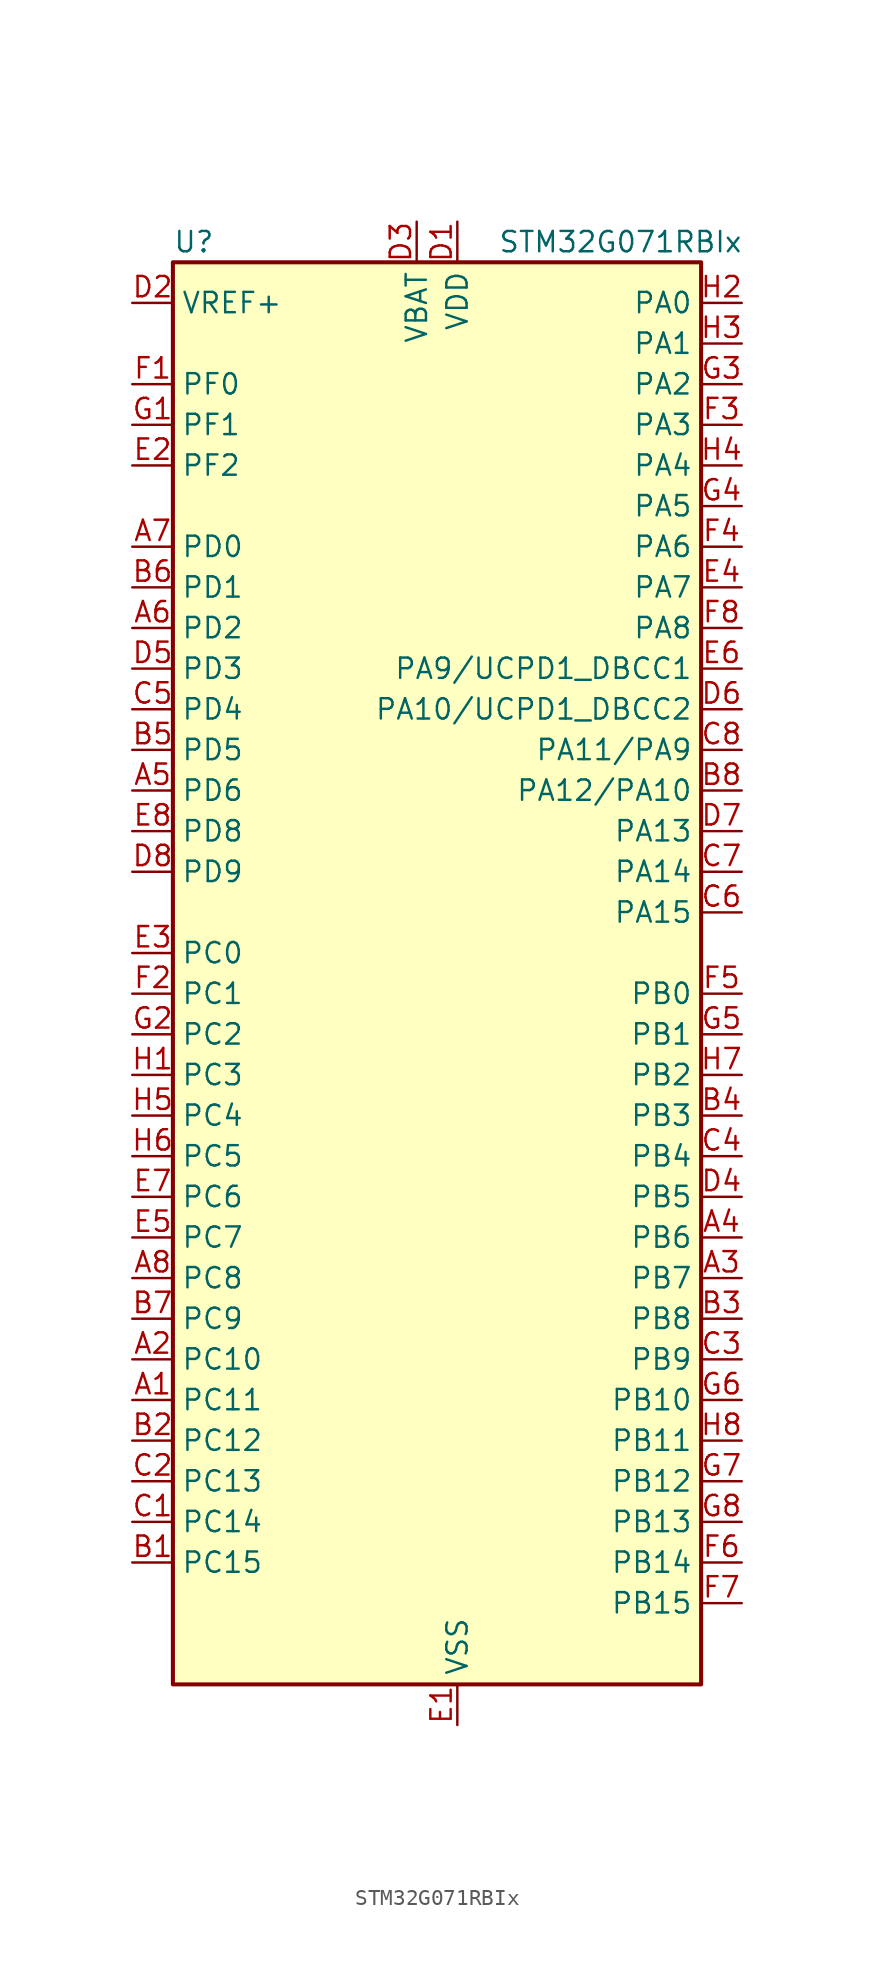
<source format=kicad_sym>
(kicad_symbol_lib
  (version 20220914)
  (generator kicad_symbol_editor)
  (symbol "STM32G071RBIx"
    (property "Reference" "U"
      (at -15.24 46.99 0)
      (effects (font (size 1.27 1.27)) (justify left)))
    (property "Value" "STM32G071RBIx"
      (at 5.08 46.99 0)
      (effects (font (size 1.27 1.27)) (justify left)))
    (property "ki_locked" ""
      (at 0 0 0)
      (effects (font (size 1.27 1.27))))
    (symbol "STM32G071RBIx_0_1"
      (rectangle (start -15.24 -43.18) (end 17.78 45.72) (stroke (width 0.254) (type default)) (fill (type background))))
    (symbol "STM32G071RBIx_1_1"
      (pin bidirectional line (at -17.78 -25.4 0) (length 2.54) (name "PC11" (effects (font (size 1.27 1.27)))) (number "A1" (effects (font (size 1.27 1.27)))) (alternate "ADC1_EXTI11" bidirectional line) (alternate "TIM1_CH4" bidirectional line) (alternate "USART3_RX" bidirectional line) (alternate "USART4_RX" bidirectional line))
      (pin bidirectional line (at -17.78 -22.86 0) (length 2.54) (name "PC10" (effects (font (size 1.27 1.27)))) (number "A2" (effects (font (size 1.27 1.27)))) (alternate "TIM1_CH3" bidirectional line) (alternate "USART3_TX" bidirectional line) (alternate "USART4_TX" bidirectional line))
      (pin bidirectional line (at 20.32 -17.78 180) (length 2.54) (name "PB7" (effects (font (size 1.27 1.27)))) (number "A3" (effects (font (size 1.27 1.27)))) (alternate "COMP2_INM" bidirectional line) (alternate "I2C1_SDA" bidirectional line) (alternate "LPTIM1_IN2" bidirectional line) (alternate "SPI2_MOSI" bidirectional line) (alternate "SYS_PVD_IN" bidirectional line) (alternate "TIM17_CH1N" bidirectional line) (alternate "USART1_RX" bidirectional line) (alternate "USART4_CTS" bidirectional line) (alternate "USART4_NSS" bidirectional line))
      (pin bidirectional line (at 20.32 -15.24 180) (length 2.54) (name "PB6" (effects (font (size 1.27 1.27)))) (number "A4" (effects (font (size 1.27 1.27)))) (alternate "COMP2_INP" bidirectional line) (alternate "I2C1_SCL" bidirectional line) (alternate "LPTIM1_ETR" bidirectional line) (alternate "SPI2_MISO" bidirectional line) (alternate "TIM16_CH1N" bidirectional line) (alternate "TIM1_CH3" bidirectional line) (alternate "USART1_TX" bidirectional line))
      (pin bidirectional line (at -17.78 12.7 0) (length 2.54) (name "PD6" (effects (font (size 1.27 1.27)))) (number "A5" (effects (font (size 1.27 1.27)))) (alternate "I2S1_SD" bidirectional line) (alternate "LPTIM2_OUT" bidirectional line) (alternate "SPI1_MOSI" bidirectional line) (alternate "USART2_RX" bidirectional line))
      (pin bidirectional line (at -17.78 22.86 0) (length 2.54) (name "PD2" (effects (font (size 1.27 1.27)))) (number "A6" (effects (font (size 1.27 1.27)))) (alternate "TIM1_CH1N" bidirectional line) (alternate "TIM3_ETR" bidirectional line) (alternate "UCPD2_CC2" bidirectional line) (alternate "USART3_CK" bidirectional line) (alternate "USART3_DE" bidirectional line) (alternate "USART3_RTS" bidirectional line))
      (pin bidirectional line (at -17.78 27.94 0) (length 2.54) (name "PD0" (effects (font (size 1.27 1.27)))) (number "A7" (effects (font (size 1.27 1.27)))) (alternate "SPI2_NSS" bidirectional line) (alternate "TIM16_CH1" bidirectional line) (alternate "UCPD2_CC1" bidirectional line))
      (pin bidirectional line (at -17.78 -17.78 0) (length 2.54) (name "PC8" (effects (font (size 1.27 1.27)))) (number "A8" (effects (font (size 1.27 1.27)))) (alternate "TIM1_CH1" bidirectional line) (alternate "TIM3_CH3" bidirectional line) (alternate "UCPD2_FRSTX1" bidirectional line) (alternate "UCPD2_FRSTX2" bidirectional line))
      (pin bidirectional line (at -17.78 -35.56 0) (length 2.54) (name "PC15" (effects (font (size 1.27 1.27)))) (number "B1" (effects (font (size 1.27 1.27)))) (alternate "RCC_OSC32_EN" bidirectional line) (alternate "RCC_OSC32_OUT" bidirectional line) (alternate "RCC_OSC_EN" bidirectional line) (alternate "TIM15_BK" bidirectional line))
      (pin bidirectional line (at -17.78 -27.94 0) (length 2.54) (name "PC12" (effects (font (size 1.27 1.27)))) (number "B2" (effects (font (size 1.27 1.27)))) (alternate "LPTIM1_IN1" bidirectional line) (alternate "TIM14_CH1" bidirectional line) (alternate "UCPD1_FRSTX1" bidirectional line) (alternate "UCPD1_FRSTX2" bidirectional line))
      (pin bidirectional line (at 20.32 -20.32 180) (length 2.54) (name "PB8" (effects (font (size 1.27 1.27)))) (number "B3" (effects (font (size 1.27 1.27)))) (alternate "CEC" bidirectional line) (alternate "I2C1_SCL" bidirectional line) (alternate "SPI2_SCK" bidirectional line) (alternate "TIM15_BK" bidirectional line) (alternate "TIM16_CH1" bidirectional line) (alternate "USART3_TX" bidirectional line))
      (pin bidirectional line (at 20.32 -7.62 180) (length 2.54) (name "PB3" (effects (font (size 1.27 1.27)))) (number "B4" (effects (font (size 1.27 1.27)))) (alternate "COMP2_INM" bidirectional line) (alternate "I2S1_CK" bidirectional line) (alternate "SPI1_SCK" bidirectional line) (alternate "TIM1_CH2" bidirectional line) (alternate "TIM2_CH2" bidirectional line) (alternate "USART1_CK" bidirectional line) (alternate "USART1_DE" bidirectional line) (alternate "USART1_RTS" bidirectional line))
      (pin bidirectional line (at -17.78 15.24 0) (length 2.54) (name "PD5" (effects (font (size 1.27 1.27)))) (number "B5" (effects (font (size 1.27 1.27)))) (alternate "I2S1_MCK" bidirectional line) (alternate "SPI1_MISO" bidirectional line) (alternate "TIM1_BK" bidirectional line) (alternate "USART2_TX" bidirectional line))
      (pin bidirectional line (at -17.78 25.4 0) (length 2.54) (name "PD1" (effects (font (size 1.27 1.27)))) (number "B6" (effects (font (size 1.27 1.27)))) (alternate "SPI2_SCK" bidirectional line) (alternate "TIM17_CH1" bidirectional line) (alternate "UCPD2_DBCC1" bidirectional line))
      (pin bidirectional line (at -17.78 -20.32 0) (length 2.54) (name "PC9" (effects (font (size 1.27 1.27)))) (number "B7" (effects (font (size 1.27 1.27)))) (alternate "DAC1_EXTI9" bidirectional line) (alternate "I2S_CKIN" bidirectional line) (alternate "TIM1_CH2" bidirectional line) (alternate "TIM3_CH4" bidirectional line))
      (pin bidirectional line (at 20.32 12.7 180) (length 2.54) (name "PA12/PA10" (effects (font (size 1.27 1.27)))) (number "B8" (effects (font (size 1.27 1.27)))) (alternate "COMP2_OUT" bidirectional line) (alternate "I2C2_SDA" bidirectional line) (alternate "I2S1_SD" bidirectional line) (alternate "I2S_CKIN" bidirectional line) (alternate "SPI1_MOSI" bidirectional line) (alternate "TIM1_ETR" bidirectional line) (alternate "USART1_CK" bidirectional line) (alternate "USART1_DE" bidirectional line) (alternate "USART1_RTS" bidirectional line))
      (pin bidirectional line (at -17.78 -33.02 0) (length 2.54) (name "PC14" (effects (font (size 1.27 1.27)))) (number "C1" (effects (font (size 1.27 1.27)))) (alternate "RCC_OSC32_IN" bidirectional line) (alternate "TIM1_BK2" bidirectional line))
      (pin bidirectional line (at -17.78 -30.48 0) (length 2.54) (name "PC13" (effects (font (size 1.27 1.27)))) (number "C2" (effects (font (size 1.27 1.27)))) (alternate "RTC_OUT_ALARM" bidirectional line) (alternate "RTC_OUT_CALIB" bidirectional line) (alternate "RTC_TAMP_IN1" bidirectional line) (alternate "RTC_TS" bidirectional line) (alternate "SYS_WKUP2" bidirectional line) (alternate "TIM1_BK" bidirectional line))
      (pin bidirectional line (at 20.32 -22.86 180) (length 2.54) (name "PB9" (effects (font (size 1.27 1.27)))) (number "C3" (effects (font (size 1.27 1.27)))) (alternate "DAC1_EXTI9" bidirectional line) (alternate "I2C1_SDA" bidirectional line) (alternate "IR_OUT" bidirectional line) (alternate "SPI2_NSS" bidirectional line) (alternate "TIM17_CH1" bidirectional line) (alternate "UCPD2_FRSTX1" bidirectional line) (alternate "UCPD2_FRSTX2" bidirectional line) (alternate "USART3_RX" bidirectional line))
      (pin bidirectional line (at 20.32 -10.16 180) (length 2.54) (name "PB4" (effects (font (size 1.27 1.27)))) (number "C4" (effects (font (size 1.27 1.27)))) (alternate "COMP2_INP" bidirectional line) (alternate "I2S1_MCK" bidirectional line) (alternate "SPI1_MISO" bidirectional line) (alternate "TIM17_BK" bidirectional line) (alternate "TIM3_CH1" bidirectional line) (alternate "USART1_CTS" bidirectional line) (alternate "USART1_NSS" bidirectional line))
      (pin bidirectional line (at -17.78 17.78 0) (length 2.54) (name "PD4" (effects (font (size 1.27 1.27)))) (number "C5" (effects (font (size 1.27 1.27)))) (alternate "SPI2_MOSI" bidirectional line) (alternate "TIM1_CH3N" bidirectional line) (alternate "USART2_CK" bidirectional line) (alternate "USART2_DE" bidirectional line) (alternate "USART2_RTS" bidirectional line))
      (pin bidirectional line (at 20.32 5.08 180) (length 2.54) (name "PA15" (effects (font (size 1.27 1.27)))) (number "C6" (effects (font (size 1.27 1.27)))) (alternate "I2S1_WS" bidirectional line) (alternate "SPI1_NSS" bidirectional line) (alternate "TIM2_CH1" bidirectional line) (alternate "TIM2_ETR" bidirectional line) (alternate "USART2_RX" bidirectional line) (alternate "USART3_CK" bidirectional line) (alternate "USART3_DE" bidirectional line) (alternate "USART3_RTS" bidirectional line) (alternate "USART4_CK" bidirectional line) (alternate "USART4_DE" bidirectional line) (alternate "USART4_RTS" bidirectional line))
      (pin bidirectional line (at 20.32 7.62 180) (length 2.54) (name "PA14" (effects (font (size 1.27 1.27)))) (number "C7" (effects (font (size 1.27 1.27)))) (alternate "SYS_SWCLK" bidirectional line) (alternate "USART2_TX" bidirectional line))
      (pin bidirectional line (at 20.32 15.24 180) (length 2.54) (name "PA11/PA9" (effects (font (size 1.27 1.27)))) (number "C8" (effects (font (size 1.27 1.27)))) (alternate "ADC1_EXTI11" bidirectional line) (alternate "COMP1_OUT" bidirectional line) (alternate "I2C2_SCL" bidirectional line) (alternate "I2S1_MCK" bidirectional line) (alternate "SPI1_MISO" bidirectional line) (alternate "TIM1_BK2" bidirectional line) (alternate "TIM1_CH4" bidirectional line) (alternate "USART1_CTS" bidirectional line) (alternate "USART1_NSS" bidirectional line))
      (pin power_in line (at 2.54 48.26 270) (length 2.54) (name "VDD" (effects (font (size 1.27 1.27)))) (number "D1" (effects (font (size 1.27 1.27)))))
      (pin input line (at -17.78 43.18 0) (length 2.54) (name "VREF+" (effects (font (size 1.27 1.27)))) (number "D2" (effects (font (size 1.27 1.27)))) (alternate "VREFBUF_OUT" bidirectional line))
      (pin power_in line (at 0 48.26 270) (length 2.54) (name "VBAT" (effects (font (size 1.27 1.27)))) (number "D3" (effects (font (size 1.27 1.27)))))
      (pin bidirectional line (at 20.32 -12.7 180) (length 2.54) (name "PB5" (effects (font (size 1.27 1.27)))) (number "D4" (effects (font (size 1.27 1.27)))) (alternate "COMP2_OUT" bidirectional line) (alternate "I2C1_SMBA" bidirectional line) (alternate "I2S1_SD" bidirectional line) (alternate "LPTIM1_IN1" bidirectional line) (alternate "SPI1_MOSI" bidirectional line) (alternate "SYS_WKUP6" bidirectional line) (alternate "TIM16_BK" bidirectional line) (alternate "TIM3_CH2" bidirectional line))
      (pin bidirectional line (at -17.78 20.32 0) (length 2.54) (name "PD3" (effects (font (size 1.27 1.27)))) (number "D5" (effects (font (size 1.27 1.27)))) (alternate "SPI2_MISO" bidirectional line) (alternate "TIM1_CH2N" bidirectional line) (alternate "UCPD2_DBCC2" bidirectional line) (alternate "USART2_CTS" bidirectional line) (alternate "USART2_NSS" bidirectional line))
      (pin bidirectional line (at 20.32 17.78 180) (length 2.54) (name "PA10/UCPD1_DBCC2" (effects (font (size 1.27 1.27)))) (number "D6" (effects (font (size 1.27 1.27)))) (alternate "I2C1_SDA" bidirectional line) (alternate "SPI2_MOSI" bidirectional line) (alternate "TIM17_BK" bidirectional line) (alternate "TIM1_CH3" bidirectional line) (alternate "UCPD1_DBCC2" bidirectional line) (alternate "USART1_RX" bidirectional line))
      (pin bidirectional line (at 20.32 10.16 180) (length 2.54) (name "PA13" (effects (font (size 1.27 1.27)))) (number "D7" (effects (font (size 1.27 1.27)))) (alternate "IR_OUT" bidirectional line) (alternate "SYS_SWDIO" bidirectional line))
      (pin bidirectional line (at -17.78 7.62 0) (length 2.54) (name "PD9" (effects (font (size 1.27 1.27)))) (number "D8" (effects (font (size 1.27 1.27)))) (alternate "DAC1_EXTI9" bidirectional line) (alternate "I2S1_WS" bidirectional line) (alternate "SPI1_NSS" bidirectional line) (alternate "TIM1_BK2" bidirectional line) (alternate "USART3_RX" bidirectional line))
      (pin power_in line (at 2.54 -45.72 90) (length 2.54) (name "VSS" (effects (font (size 1.27 1.27)))) (number "E1" (effects (font (size 1.27 1.27)))))
      (pin bidirectional line (at -17.78 33.02 0) (length 2.54) (name "PF2" (effects (font (size 1.27 1.27)))) (number "E2" (effects (font (size 1.27 1.27)))) (alternate "RCC_MCO" bidirectional line))
      (pin bidirectional line (at -17.78 2.54 0) (length 2.54) (name "PC0" (effects (font (size 1.27 1.27)))) (number "E3" (effects (font (size 1.27 1.27)))) (alternate "LPTIM1_IN1" bidirectional line) (alternate "LPTIM2_IN1" bidirectional line) (alternate "LPUART1_RX" bidirectional line))
      (pin bidirectional line (at 20.32 25.4 180) (length 2.54) (name "PA7" (effects (font (size 1.27 1.27)))) (number "E4" (effects (font (size 1.27 1.27)))) (alternate "ADC1_IN7" bidirectional line) (alternate "COMP2_OUT" bidirectional line) (alternate "I2S1_SD" bidirectional line) (alternate "SPI1_MOSI" bidirectional line) (alternate "TIM14_CH1" bidirectional line) (alternate "TIM17_CH1" bidirectional line) (alternate "TIM1_CH1N" bidirectional line) (alternate "TIM3_CH2" bidirectional line) (alternate "UCPD1_FRSTX1" bidirectional line) (alternate "UCPD1_FRSTX2" bidirectional line))
      (pin bidirectional line (at -17.78 -15.24 0) (length 2.54) (name "PC7" (effects (font (size 1.27 1.27)))) (number "E5" (effects (font (size 1.27 1.27)))) (alternate "TIM2_CH4" bidirectional line) (alternate "TIM3_CH2" bidirectional line) (alternate "UCPD2_FRSTX1" bidirectional line) (alternate "UCPD2_FRSTX2" bidirectional line))
      (pin bidirectional line (at 20.32 20.32 180) (length 2.54) (name "PA9/UCPD1_DBCC1" (effects (font (size 1.27 1.27)))) (number "E6" (effects (font (size 1.27 1.27)))) (alternate "DAC1_EXTI9" bidirectional line) (alternate "I2C1_SCL" bidirectional line) (alternate "RCC_MCO" bidirectional line) (alternate "SPI2_MISO" bidirectional line) (alternate "TIM15_BK" bidirectional line) (alternate "TIM1_CH2" bidirectional line) (alternate "UCPD1_DBCC1" bidirectional line) (alternate "USART1_TX" bidirectional line))
      (pin bidirectional line (at -17.78 -12.7 0) (length 2.54) (name "PC6" (effects (font (size 1.27 1.27)))) (number "E7" (effects (font (size 1.27 1.27)))) (alternate "TIM2_CH3" bidirectional line) (alternate "TIM3_CH1" bidirectional line) (alternate "UCPD1_FRSTX1" bidirectional line) (alternate "UCPD1_FRSTX2" bidirectional line))
      (pin bidirectional line (at -17.78 10.16 0) (length 2.54) (name "PD8" (effects (font (size 1.27 1.27)))) (number "E8" (effects (font (size 1.27 1.27)))) (alternate "I2S1_CK" bidirectional line) (alternate "LPTIM1_OUT" bidirectional line) (alternate "SPI1_SCK" bidirectional line) (alternate "USART3_TX" bidirectional line))
      (pin bidirectional line (at -17.78 38.1 0) (length 2.54) (name "PF0" (effects (font (size 1.27 1.27)))) (number "F1" (effects (font (size 1.27 1.27)))) (alternate "RCC_OSC_IN" bidirectional line) (alternate "TIM14_CH1" bidirectional line))
      (pin bidirectional line (at -17.78 0 0) (length 2.54) (name "PC1" (effects (font (size 1.27 1.27)))) (number "F2" (effects (font (size 1.27 1.27)))) (alternate "LPTIM1_OUT" bidirectional line) (alternate "LPUART1_TX" bidirectional line) (alternate "TIM15_CH1" bidirectional line))
      (pin bidirectional line (at 20.32 35.56 180) (length 2.54) (name "PA3" (effects (font (size 1.27 1.27)))) (number "F3" (effects (font (size 1.27 1.27)))) (alternate "ADC1_IN3" bidirectional line) (alternate "COMP2_INP" bidirectional line) (alternate "LPUART1_RX" bidirectional line) (alternate "SPI2_MISO" bidirectional line) (alternate "TIM15_CH2" bidirectional line) (alternate "TIM2_CH4" bidirectional line) (alternate "UCPD2_FRSTX1" bidirectional line) (alternate "UCPD2_FRSTX2" bidirectional line) (alternate "USART2_RX" bidirectional line))
      (pin bidirectional line (at 20.32 27.94 180) (length 2.54) (name "PA6" (effects (font (size 1.27 1.27)))) (number "F4" (effects (font (size 1.27 1.27)))) (alternate "ADC1_IN6" bidirectional line) (alternate "COMP1_OUT" bidirectional line) (alternate "I2S1_MCK" bidirectional line) (alternate "LPUART1_CTS" bidirectional line) (alternate "SPI1_MISO" bidirectional line) (alternate "TIM16_CH1" bidirectional line) (alternate "TIM1_BK" bidirectional line) (alternate "TIM3_CH1" bidirectional line) (alternate "USART3_CTS" bidirectional line) (alternate "USART3_NSS" bidirectional line))
      (pin bidirectional line (at 20.32 0 180) (length 2.54) (name "PB0" (effects (font (size 1.27 1.27)))) (number "F5" (effects (font (size 1.27 1.27)))) (alternate "ADC1_IN8" bidirectional line) (alternate "COMP1_OUT" bidirectional line) (alternate "I2S1_WS" bidirectional line) (alternate "LPTIM1_OUT" bidirectional line) (alternate "SPI1_NSS" bidirectional line) (alternate "TIM1_CH2N" bidirectional line) (alternate "TIM3_CH3" bidirectional line) (alternate "UCPD1_FRSTX1" bidirectional line) (alternate "UCPD1_FRSTX2" bidirectional line) (alternate "USART3_RX" bidirectional line))
      (pin bidirectional line (at 20.32 -35.56 180) (length 2.54) (name "PB14" (effects (font (size 1.27 1.27)))) (number "F6" (effects (font (size 1.27 1.27)))) (alternate "I2C2_SDA" bidirectional line) (alternate "SPI2_MISO" bidirectional line) (alternate "TIM15_CH1" bidirectional line) (alternate "TIM1_CH2N" bidirectional line) (alternate "UCPD1_FRSTX1" bidirectional line) (alternate "UCPD1_FRSTX2" bidirectional line) (alternate "USART3_CK" bidirectional line) (alternate "USART3_DE" bidirectional line) (alternate "USART3_RTS" bidirectional line))
      (pin bidirectional line (at 20.32 -38.1 180) (length 2.54) (name "PB15" (effects (font (size 1.27 1.27)))) (number "F7" (effects (font (size 1.27 1.27)))) (alternate "RTC_REFIN" bidirectional line) (alternate "SPI2_MOSI" bidirectional line) (alternate "TIM15_CH1N" bidirectional line) (alternate "TIM15_CH2" bidirectional line) (alternate "TIM1_CH3N" bidirectional line) (alternate "UCPD1_CC2" bidirectional line))
      (pin bidirectional line (at 20.32 22.86 180) (length 2.54) (name "PA8" (effects (font (size 1.27 1.27)))) (number "F8" (effects (font (size 1.27 1.27)))) (alternate "LPTIM2_OUT" bidirectional line) (alternate "RCC_MCO" bidirectional line) (alternate "SPI2_NSS" bidirectional line) (alternate "TIM1_CH1" bidirectional line) (alternate "UCPD1_CC1" bidirectional line))
      (pin bidirectional line (at -17.78 35.56 0) (length 2.54) (name "PF1" (effects (font (size 1.27 1.27)))) (number "G1" (effects (font (size 1.27 1.27)))) (alternate "RCC_OSC_EN" bidirectional line) (alternate "RCC_OSC_OUT" bidirectional line) (alternate "TIM15_CH1N" bidirectional line))
      (pin bidirectional line (at -17.78 -2.54 0) (length 2.54) (name "PC2" (effects (font (size 1.27 1.27)))) (number "G2" (effects (font (size 1.27 1.27)))) (alternate "LPTIM1_IN2" bidirectional line) (alternate "SPI2_MISO" bidirectional line) (alternate "TIM15_CH2" bidirectional line))
      (pin bidirectional line (at 20.32 38.1 180) (length 2.54) (name "PA2" (effects (font (size 1.27 1.27)))) (number "G3" (effects (font (size 1.27 1.27)))) (alternate "ADC1_IN2" bidirectional line) (alternate "COMP2_INM" bidirectional line) (alternate "COMP2_OUT" bidirectional line) (alternate "I2S1_SD" bidirectional line) (alternate "LPUART1_TX" bidirectional line) (alternate "RCC_LSCO" bidirectional line) (alternate "SPI1_MOSI" bidirectional line) (alternate "SYS_WKUP4" bidirectional line) (alternate "TIM15_CH1" bidirectional line) (alternate "TIM2_CH3" bidirectional line) (alternate "UCPD1_FRSTX1" bidirectional line) (alternate "UCPD1_FRSTX2" bidirectional line) (alternate "USART2_TX" bidirectional line))
      (pin bidirectional line (at 20.32 30.48 180) (length 2.54) (name "PA5" (effects (font (size 1.27 1.27)))) (number "G4" (effects (font (size 1.27 1.27)))) (alternate "ADC1_IN5" bidirectional line) (alternate "CEC" bidirectional line) (alternate "DAC1_OUT2" bidirectional line) (alternate "I2S1_CK" bidirectional line) (alternate "LPTIM2_ETR" bidirectional line) (alternate "SPI1_SCK" bidirectional line) (alternate "TIM2_CH1" bidirectional line) (alternate "TIM2_ETR" bidirectional line) (alternate "UCPD1_FRSTX1" bidirectional line) (alternate "UCPD1_FRSTX2" bidirectional line) (alternate "USART3_TX" bidirectional line))
      (pin bidirectional line (at 20.32 -2.54 180) (length 2.54) (name "PB1" (effects (font (size 1.27 1.27)))) (number "G5" (effects (font (size 1.27 1.27)))) (alternate "ADC1_IN9" bidirectional line) (alternate "COMP1_INM" bidirectional line) (alternate "LPTIM2_IN1" bidirectional line) (alternate "LPUART1_DE" bidirectional line) (alternate "LPUART1_RTS" bidirectional line) (alternate "TIM14_CH1" bidirectional line) (alternate "TIM1_CH3N" bidirectional line) (alternate "TIM3_CH4" bidirectional line) (alternate "USART3_CK" bidirectional line) (alternate "USART3_DE" bidirectional line) (alternate "USART3_RTS" bidirectional line))
      (pin bidirectional line (at 20.32 -25.4 180) (length 2.54) (name "PB10" (effects (font (size 1.27 1.27)))) (number "G6" (effects (font (size 1.27 1.27)))) (alternate "ADC1_IN11" bidirectional line) (alternate "CEC" bidirectional line) (alternate "COMP1_OUT" bidirectional line) (alternate "I2C2_SCL" bidirectional line) (alternate "LPUART1_RX" bidirectional line) (alternate "SPI2_SCK" bidirectional line) (alternate "TIM2_CH3" bidirectional line) (alternate "USART3_TX" bidirectional line))
      (pin bidirectional line (at 20.32 -30.48 180) (length 2.54) (name "PB12" (effects (font (size 1.27 1.27)))) (number "G7" (effects (font (size 1.27 1.27)))) (alternate "ADC1_IN16" bidirectional line) (alternate "LPUART1_DE" bidirectional line) (alternate "LPUART1_RTS" bidirectional line) (alternate "SPI2_NSS" bidirectional line) (alternate "TIM15_BK" bidirectional line) (alternate "TIM1_BK" bidirectional line) (alternate "UCPD2_FRSTX1" bidirectional line) (alternate "UCPD2_FRSTX2" bidirectional line))
      (pin bidirectional line (at 20.32 -33.02 180) (length 2.54) (name "PB13" (effects (font (size 1.27 1.27)))) (number "G8" (effects (font (size 1.27 1.27)))) (alternate "I2C2_SCL" bidirectional line) (alternate "LPUART1_CTS" bidirectional line) (alternate "SPI2_SCK" bidirectional line) (alternate "TIM15_CH1N" bidirectional line) (alternate "TIM1_CH1N" bidirectional line) (alternate "USART3_CTS" bidirectional line) (alternate "USART3_NSS" bidirectional line))
      (pin bidirectional line (at -17.78 -5.08 0) (length 2.54) (name "PC3" (effects (font (size 1.27 1.27)))) (number "H1" (effects (font (size 1.27 1.27)))) (alternate "LPTIM1_ETR" bidirectional line) (alternate "LPTIM2_ETR" bidirectional line) (alternate "SPI2_MOSI" bidirectional line))
      (pin bidirectional line (at 20.32 43.18 180) (length 2.54) (name "PA0" (effects (font (size 1.27 1.27)))) (number "H2" (effects (font (size 1.27 1.27)))) (alternate "ADC1_IN0" bidirectional line) (alternate "COMP1_INM" bidirectional line) (alternate "COMP1_OUT" bidirectional line) (alternate "LPTIM1_OUT" bidirectional line) (alternate "RTC_TAMP_IN2" bidirectional line) (alternate "SPI2_SCK" bidirectional line) (alternate "SYS_WKUP1" bidirectional line) (alternate "TIM2_CH1" bidirectional line) (alternate "TIM2_ETR" bidirectional line) (alternate "UCPD2_FRSTX1" bidirectional line) (alternate "UCPD2_FRSTX2" bidirectional line) (alternate "USART2_CTS" bidirectional line) (alternate "USART2_NSS" bidirectional line) (alternate "USART4_TX" bidirectional line))
      (pin bidirectional line (at 20.32 40.64 180) (length 2.54) (name "PA1" (effects (font (size 1.27 1.27)))) (number "H3" (effects (font (size 1.27 1.27)))) (alternate "ADC1_IN1" bidirectional line) (alternate "COMP1_INP" bidirectional line) (alternate "I2C1_SMBA" bidirectional line) (alternate "I2S1_CK" bidirectional line) (alternate "SPI1_SCK" bidirectional line) (alternate "TIM15_CH1N" bidirectional line) (alternate "TIM2_CH2" bidirectional line) (alternate "USART2_CK" bidirectional line) (alternate "USART2_DE" bidirectional line) (alternate "USART2_RTS" bidirectional line) (alternate "USART4_RX" bidirectional line))
      (pin bidirectional line (at 20.32 33.02 180) (length 2.54) (name "PA4" (effects (font (size 1.27 1.27)))) (number "H4" (effects (font (size 1.27 1.27)))) (alternate "ADC1_IN4" bidirectional line) (alternate "DAC1_OUT1" bidirectional line) (alternate "I2S1_WS" bidirectional line) (alternate "LPTIM2_OUT" bidirectional line) (alternate "RTC_OUT_ALARM" bidirectional line) (alternate "RTC_OUT_CALIB" bidirectional line) (alternate "SPI1_NSS" bidirectional line) (alternate "SPI2_MOSI" bidirectional line) (alternate "TIM14_CH1" bidirectional line) (alternate "UCPD2_FRSTX1" bidirectional line) (alternate "UCPD2_FRSTX2" bidirectional line))
      (pin bidirectional line (at -17.78 -7.62 0) (length 2.54) (name "PC4" (effects (font (size 1.27 1.27)))) (number "H5" (effects (font (size 1.27 1.27)))) (alternate "ADC1_IN17" bidirectional line) (alternate "COMP1_INM" bidirectional line) (alternate "TIM2_CH1" bidirectional line) (alternate "TIM2_ETR" bidirectional line) (alternate "USART1_TX" bidirectional line) (alternate "USART3_TX" bidirectional line))
      (pin bidirectional line (at -17.78 -10.16 0) (length 2.54) (name "PC5" (effects (font (size 1.27 1.27)))) (number "H6" (effects (font (size 1.27 1.27)))) (alternate "ADC1_IN18" bidirectional line) (alternate "COMP1_INP" bidirectional line) (alternate "SYS_WKUP5" bidirectional line) (alternate "TIM2_CH2" bidirectional line) (alternate "USART1_RX" bidirectional line) (alternate "USART3_RX" bidirectional line))
      (pin bidirectional line (at 20.32 -5.08 180) (length 2.54) (name "PB2" (effects (font (size 1.27 1.27)))) (number "H7" (effects (font (size 1.27 1.27)))) (alternate "ADC1_IN10" bidirectional line) (alternate "COMP1_INP" bidirectional line) (alternate "LPTIM1_OUT" bidirectional line) (alternate "SPI2_MISO" bidirectional line) (alternate "USART3_TX" bidirectional line))
      (pin bidirectional line (at 20.32 -27.94 180) (length 2.54) (name "PB11" (effects (font (size 1.27 1.27)))) (number "H8" (effects (font (size 1.27 1.27)))) (alternate "ADC1_EXTI11" bidirectional line) (alternate "ADC1_IN15" bidirectional line) (alternate "COMP2_OUT" bidirectional line) (alternate "I2C2_SDA" bidirectional line) (alternate "LPUART1_TX" bidirectional line) (alternate "SPI2_MOSI" bidirectional line) (alternate "TIM2_CH4" bidirectional line) (alternate "USART3_RX" bidirectional line)))))
</source>
